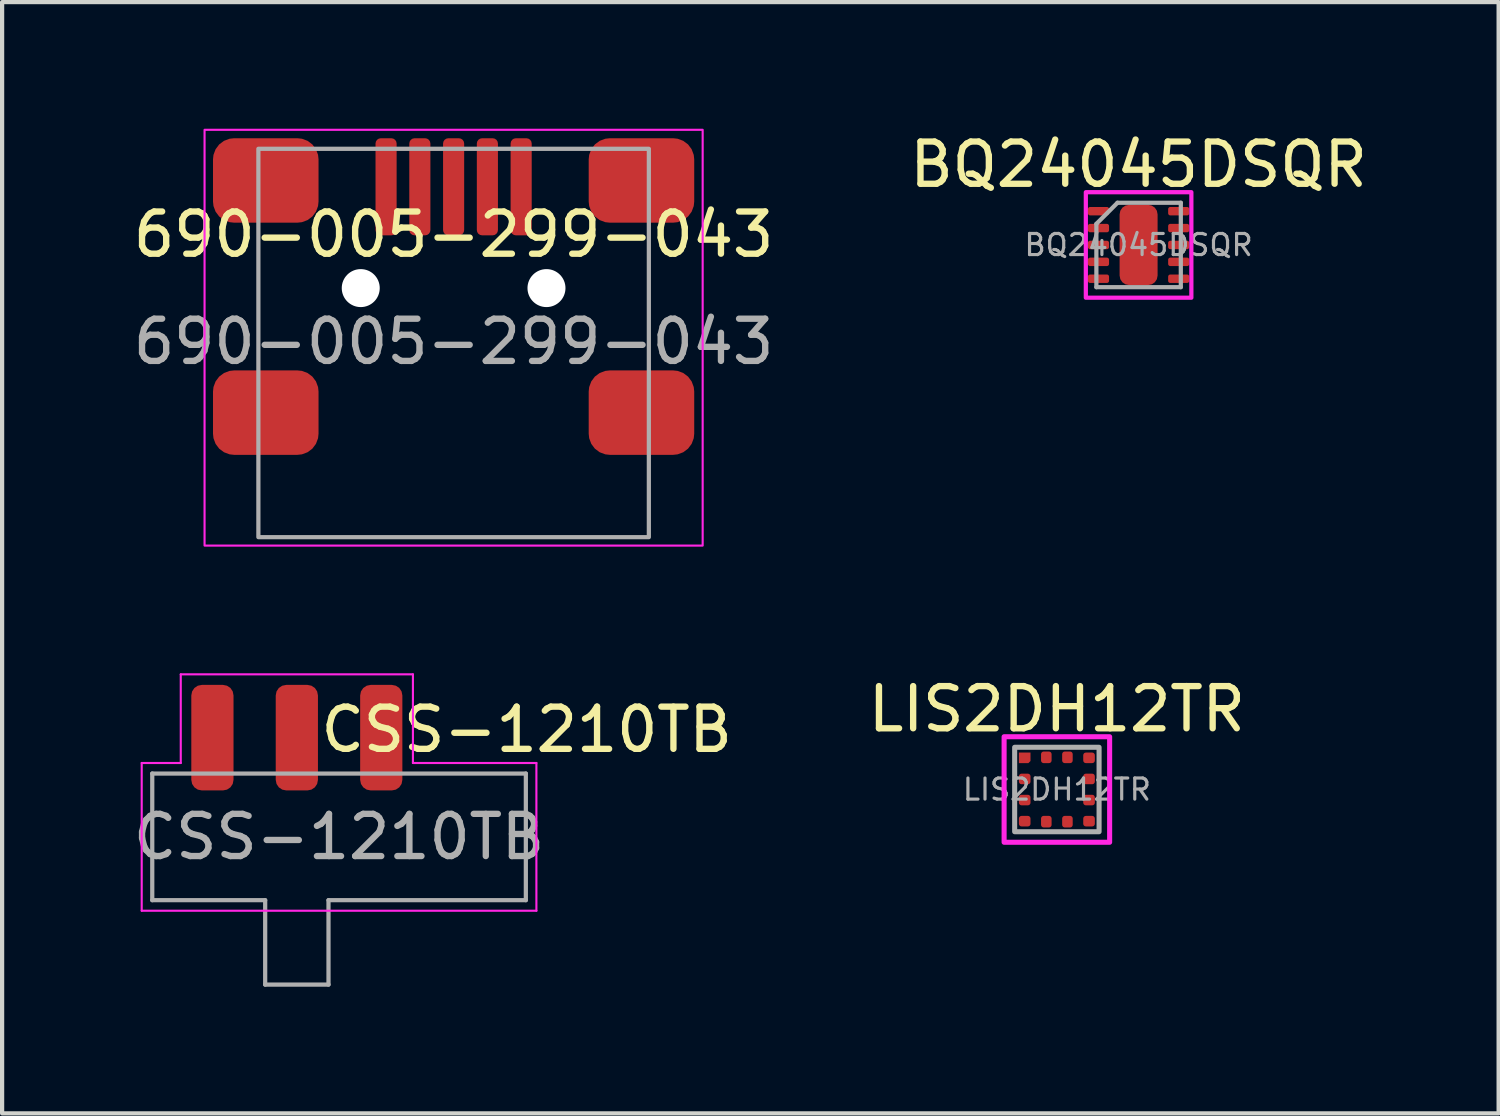
<source format=kicad_pcb>
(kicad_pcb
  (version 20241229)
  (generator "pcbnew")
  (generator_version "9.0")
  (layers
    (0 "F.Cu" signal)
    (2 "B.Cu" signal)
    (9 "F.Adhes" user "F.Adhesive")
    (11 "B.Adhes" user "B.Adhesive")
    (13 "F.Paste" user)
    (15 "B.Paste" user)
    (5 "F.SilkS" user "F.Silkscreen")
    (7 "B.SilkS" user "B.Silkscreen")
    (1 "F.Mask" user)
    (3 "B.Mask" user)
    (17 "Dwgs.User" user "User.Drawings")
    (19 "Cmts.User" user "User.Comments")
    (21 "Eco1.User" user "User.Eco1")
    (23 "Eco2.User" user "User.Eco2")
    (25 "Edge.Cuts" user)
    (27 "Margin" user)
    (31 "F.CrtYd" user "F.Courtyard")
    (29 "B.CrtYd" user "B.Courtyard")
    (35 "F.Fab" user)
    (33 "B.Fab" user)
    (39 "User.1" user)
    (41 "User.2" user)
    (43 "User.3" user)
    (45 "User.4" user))
  (footprint "LIS2DH12TR"
    (layer "F.Cu")
    (at 21.987 15.653)
    (property "Reference" "LIS2DH12TR" (at 0 -1.905 0) (unlocked yes) (layer "F.SilkS") (effects (font (size 1 1) (thickness 0.15))))
    (attr smd)
    (fp_rect (start -1.25 -1.25) (end 1.25 1.25) (stroke (width 0.12) (type solid)) (fill no) (layer "F.CrtYd"))
    (fp_rect (start -1 -1) (end 1 1) (stroke (width 0.12) (type solid)) (fill no) (layer "F.Fab"))
    (fp_text user "${REFERENCE}" (at 0 0 0) (unlocked yes) (layer "F.Fab") (effects (font (size 0.5 0.5) (thickness 0.075))))
    (pad "1" smd roundrect (at -0.762 -0.75 180) (size 0.275 0.25) (layers "F.Cu" "F.Mask" "F.Paste") (roundrect_rratio 0) (chamfer_ratio 0.2) (chamfer top_left))
    (pad "2" smd roundrect (at -0.762 -0.25) (size 0.275 0.25) (layers "F.Cu" "F.Mask" "F.Paste") (roundrect_rratio 0.25))
    (pad "3" smd roundrect (at -0.762 0.25) (size 0.275 0.25) (layers "F.Cu" "F.Mask" "F.Paste") (roundrect_rratio 0.25))
    (pad "4" smd roundrect (at -0.762 0.75) (size 0.275 0.25) (layers "F.Cu" "F.Mask" "F.Paste") (roundrect_rratio 0.25))
    (pad "5" smd roundrect (at -0.25 0.762 90) (size 0.275 0.25) (layers "F.Cu" "F.Mask" "F.Paste") (roundrect_rratio 0.25))
    (pad "6" smd roundrect (at 0.25 0.762 90) (size 0.275 0.25) (layers "F.Cu" "F.Mask" "F.Paste") (roundrect_rratio 0.25))
    (pad "7" smd roundrect (at 0.762 0.75) (size 0.275 0.25) (layers "F.Cu" "F.Mask" "F.Paste") (roundrect_rratio 0.25))
    (pad "8" smd roundrect (at 0.762 0.25) (size 0.275 0.25) (layers "F.Cu" "F.Mask" "F.Paste") (roundrect_rratio 0.25))
    (pad "9" smd roundrect (at 0.762 -0.25) (size 0.275 0.25) (layers "F.Cu" "F.Mask" "F.Paste") (roundrect_rratio 0.25))
    (pad "10" smd roundrect (at 0.762 -0.75) (size 0.275 0.25) (layers "F.Cu" "F.Mask" "F.Paste") (roundrect_rratio 0.25))
    (pad "11" smd roundrect (at 0.25 -0.762 90) (size 0.275 0.25) (layers "F.Cu" "F.Mask" "F.Paste") (roundrect_rratio 0.25))
    (pad "12" smd roundrect (at -0.25 -0.762 90) (size 0.275 0.25) (layers "F.Cu" "F.Mask" "F.Paste") (roundrect_rratio 0.25)))
  (footprint "BQ24045DSQR"
    (layer "F.Cu")
    (at 23.923 2.753)
    (property "Reference" "BQ24045DSQR" (at 0 -1.905 0) (unlocked yes) (layer "F.SilkS") (effects (font (size 1 1) (thickness 0.15))))
    (attr smd)
    (fp_rect (start -1.25 -1.25) (end 1.25 1.25) (stroke (width 0.1) (type solid)) (fill no) (layer "F.CrtYd"))
    (fp_line (start -1 -0.5) (end -0.5 -1) (stroke (width 0.1) (type solid)) (layer "F.Fab"))
    (fp_line (start -1 1) (end -1 -0.5) (stroke (width 0.1) (type solid)) (layer "F.Fab"))
    (fp_line (start -0.5 -1) (end 1 -1) (stroke (width 0.1) (type solid)) (layer "F.Fab"))
    (fp_line (start 1 -1) (end 1 1) (stroke (width 0.1) (type solid)) (layer "F.Fab"))
    (fp_line (start 1 1) (end -1 1) (stroke (width 0.1) (type solid)) (layer "F.Fab"))
    (fp_text user "${REFERENCE}" (at 0 0 0) (unlocked yes) (layer "F.Fab") (effects (font (size 0.5 0.5) (thickness 0.075))))
    (pad "1" smd roundrect (at -0.95 -0.8) (size 0.5 0.2) (layers "F.Cu" "F.Mask" "F.Paste") (roundrect_rratio 0.25))
    (pad "2" smd roundrect (at -0.95 -0.4) (size 0.5 0.2) (layers "F.Cu" "F.Mask" "F.Paste") (roundrect_rratio 0.25))
    (pad "3" smd roundrect (at -0.95 0) (size 0.5 0.2) (layers "F.Cu" "F.Mask" "F.Paste") (roundrect_rratio 0.25))
    (pad "4" smd roundrect (at -0.95 0.4) (size 0.5 0.2) (layers "F.Cu" "F.Mask" "F.Paste") (roundrect_rratio 0.25))
    (pad "5" smd roundrect (at -0.95 0.8) (size 0.5 0.2) (layers "F.Cu" "F.Mask" "F.Paste") (roundrect_rratio 0.25))
    (pad "6" smd roundrect (at 0.95 0.8) (size 0.5 0.2) (layers "F.Cu" "F.Mask" "F.Paste") (roundrect_rratio 0.25))
    (pad "7" smd roundrect (at 0.95 0.4) (size 0.5 0.2) (layers "F.Cu" "F.Mask" "F.Paste") (roundrect_rratio 0.25))
    (pad "8" smd roundrect (at 0.95 0) (size 0.5 0.2) (layers "F.Cu" "F.Mask" "F.Paste") (roundrect_rratio 0.25))
    (pad "9" smd roundrect (at 0.95 -0.4) (size 0.5 0.2) (layers "F.Cu" "F.Mask" "F.Paste") (roundrect_rratio 0.25))
    (pad "10" smd roundrect (at 0.95 -0.8) (size 0.5 0.2) (layers "F.Cu" "F.Mask" "F.Paste") (roundrect_rratio 0.25))
    (pad "11" smd roundrect (at 0 0) (size 0.9 1.9) (layers "F.Cu" "F.Mask" "F.Paste") (roundrect_rratio 0.25)))
  (footprint "690-005-299-043"
    (layer "F.Cu")
    (at 7.696 3.775)
    (property "Reference" "690-005-299-043" (at 0 -1.27 0) (unlocked yes) (layer "F.SilkS") (effects (font (size 1 1) (thickness 0.15))))
    (attr smd)
    (fp_rect (start -5.9 -3.75) (end 5.9 6.1) (stroke (width 0.05) (type solid)) (fill no) (layer "F.CrtYd"))
    (fp_rect (start -4.625 -3.3) (end 4.625 5.9) (stroke (width 0.1) (type solid)) (fill no) (layer "F.Fab"))
    (fp_text user "${REFERENCE}" (at 0 1.27 0) (unlocked yes) (layer "F.Fab") (effects (font (size 1 1) (thickness 0.15))))
    (pad "" np_thru_hole circle (at -2.2 0 90) (size 0.9 0.9) (drill 0.9) (layers "*.Cu" "*.Mask"))
    (pad "" np_thru_hole circle (at 2.2 0 90) (size 0.9 0.9) (drill 0.9) (layers "*.Cu" "*.Mask"))
    (pad "1" smd roundrect (at -1.6 -2.4) (size 0.5 2.3) (layers "F.Cu" "F.Mask" "F.Paste") (roundrect_rratio 0.25))
    (pad "2" smd roundrect (at -0.8 -2.4) (size 0.5 2.3) (layers "F.Cu" "F.Mask" "F.Paste") (roundrect_rratio 0.25))
    (pad "3" smd roundrect (at 0 -2.4) (size 0.5 2.3) (layers "F.Cu" "F.Mask" "F.Paste") (roundrect_rratio 0.25))
    (pad "4" smd roundrect (at 0.8 -2.4) (size 0.5 2.3) (layers "F.Cu" "F.Mask" "F.Paste") (roundrect_rratio 0.25))
    (pad "5" smd roundrect (at 1.6 -2.4) (size 0.5 2.3) (layers "F.Cu" "F.Mask" "F.Paste") (roundrect_rratio 0.25))
    (pad "S1" smd roundrect (at -4.45 -2.55 90) (size 2 2.5) (layers "F.Cu" "F.Mask" "F.Paste") (roundrect_rratio 0.25))
    (pad "S2" smd roundrect (at -4.45 2.95 90) (size 2 2.5) (layers "F.Cu" "F.Mask" "F.Paste") (roundrect_rratio 0.25))
    (pad "S3" smd roundrect (at 4.45 2.95 90) (size 2 2.5) (layers "F.Cu" "F.Mask" "F.Paste") (roundrect_rratio 0.25))
    (pad "S4" smd roundrect (at 4.45 -2.55 90) (size 2 2.5) (layers "F.Cu" "F.Mask" "F.Paste") (roundrect_rratio 0.25)))
  (footprint "CSS-1210TB"
    (layer "F.Cu")
    (at 4.982 16.775)
    (property "Reference" "CSS-1210TB" (at 4.445 -2.54 0) (unlocked yes) (layer "F.SilkS") (effects (font (size 1 1) (thickness 0.15))))
    (attr smd)
    (fp_line (start -4.675 -1.75) (end -3.75 -1.75) (stroke (width 0.05) (type solid)) (layer "F.CrtYd"))
    (fp_line (start -4.675 1.75) (end -4.675 -1.75) (stroke (width 0.05) (type solid)) (layer "F.CrtYd"))
    (fp_line (start -3.75 -3.85) (end -3.75 -1.75) (stroke (width 0.05) (type solid)) (layer "F.CrtYd"))
    (fp_line (start -3.75 -3.85) (end 1.75 -3.85) (stroke (width 0.05) (type solid)) (layer "F.CrtYd"))
    (fp_line (start 1.75 -3.85) (end 1.75 -1.75) (stroke (width 0.05) (type solid)) (layer "F.CrtYd"))
    (fp_line (start 1.75 -1.75) (end 4.675 -1.75) (stroke (width 0.05) (type solid)) (layer "F.CrtYd"))
    (fp_line (start 4.675 -1.75) (end 4.675 1.75) (stroke (width 0.05) (type solid)) (layer "F.CrtYd"))
    (fp_line (start 4.675 1.75) (end -4.675 1.75) (stroke (width 0.05) (type solid)) (layer "F.CrtYd"))
    (fp_line (start -4.425 -1.5) (end 4.425 -1.5) (stroke (width 0.1) (type solid)) (layer "F.Fab"))
    (fp_line (start -4.425 1.5) (end -4.425 -1.5) (stroke (width 0.1) (type solid)) (layer "F.Fab"))
    (fp_line (start -4.425 1.5) (end -1.75 1.5) (stroke (width 0.1) (type solid)) (layer "F.Fab"))
    (fp_line (start -1.75 3.5) (end -1.75 1.5) (stroke (width 0.1) (type solid)) (layer "F.Fab"))
    (fp_line (start -1.75 3.5) (end -0.25 3.5) (stroke (width 0.1) (type solid)) (layer "F.Fab"))
    (fp_line (start -0.25 1.5) (end -0.25 3.5) (stroke (width 0.1) (type solid)) (layer "F.Fab"))
    (fp_line (start 4.425 -1.5) (end 4.425 1.5) (stroke (width 0.1) (type solid)) (layer "F.Fab"))
    (fp_line (start 4.425 1.5) (end -0.25 1.5) (stroke (width 0.1) (type solid)) (layer "F.Fab"))
    (fp_text user "${REFERENCE}" (at 0 0 0) (unlocked yes) (layer "F.Fab") (effects (font (size 1 1) (thickness 0.15))))
    (pad "1" smd roundrect (at -3 -2.35 90) (size 2.5 1) (layers "F.Cu" "F.Mask" "F.Paste") (roundrect_rratio 0.25))
    (pad "2" smd roundrect (at 1 -2.35 90) (size 2.5 1) (layers "F.Cu" "F.Mask" "F.Paste") (roundrect_rratio 0.25))
    (pad "3" smd roundrect (at -1 -2.35 90) (size 2.5 1) (layers "F.Cu" "F.Mask" "F.Paste") (roundrect_rratio 0.25)))
  (gr_rect
    (start -3 -3)
    (end 32.452 23.325)
    (stroke (width 0.1) (type default))
    (fill no)
    (layer "Edge.Cuts")))
</source>
